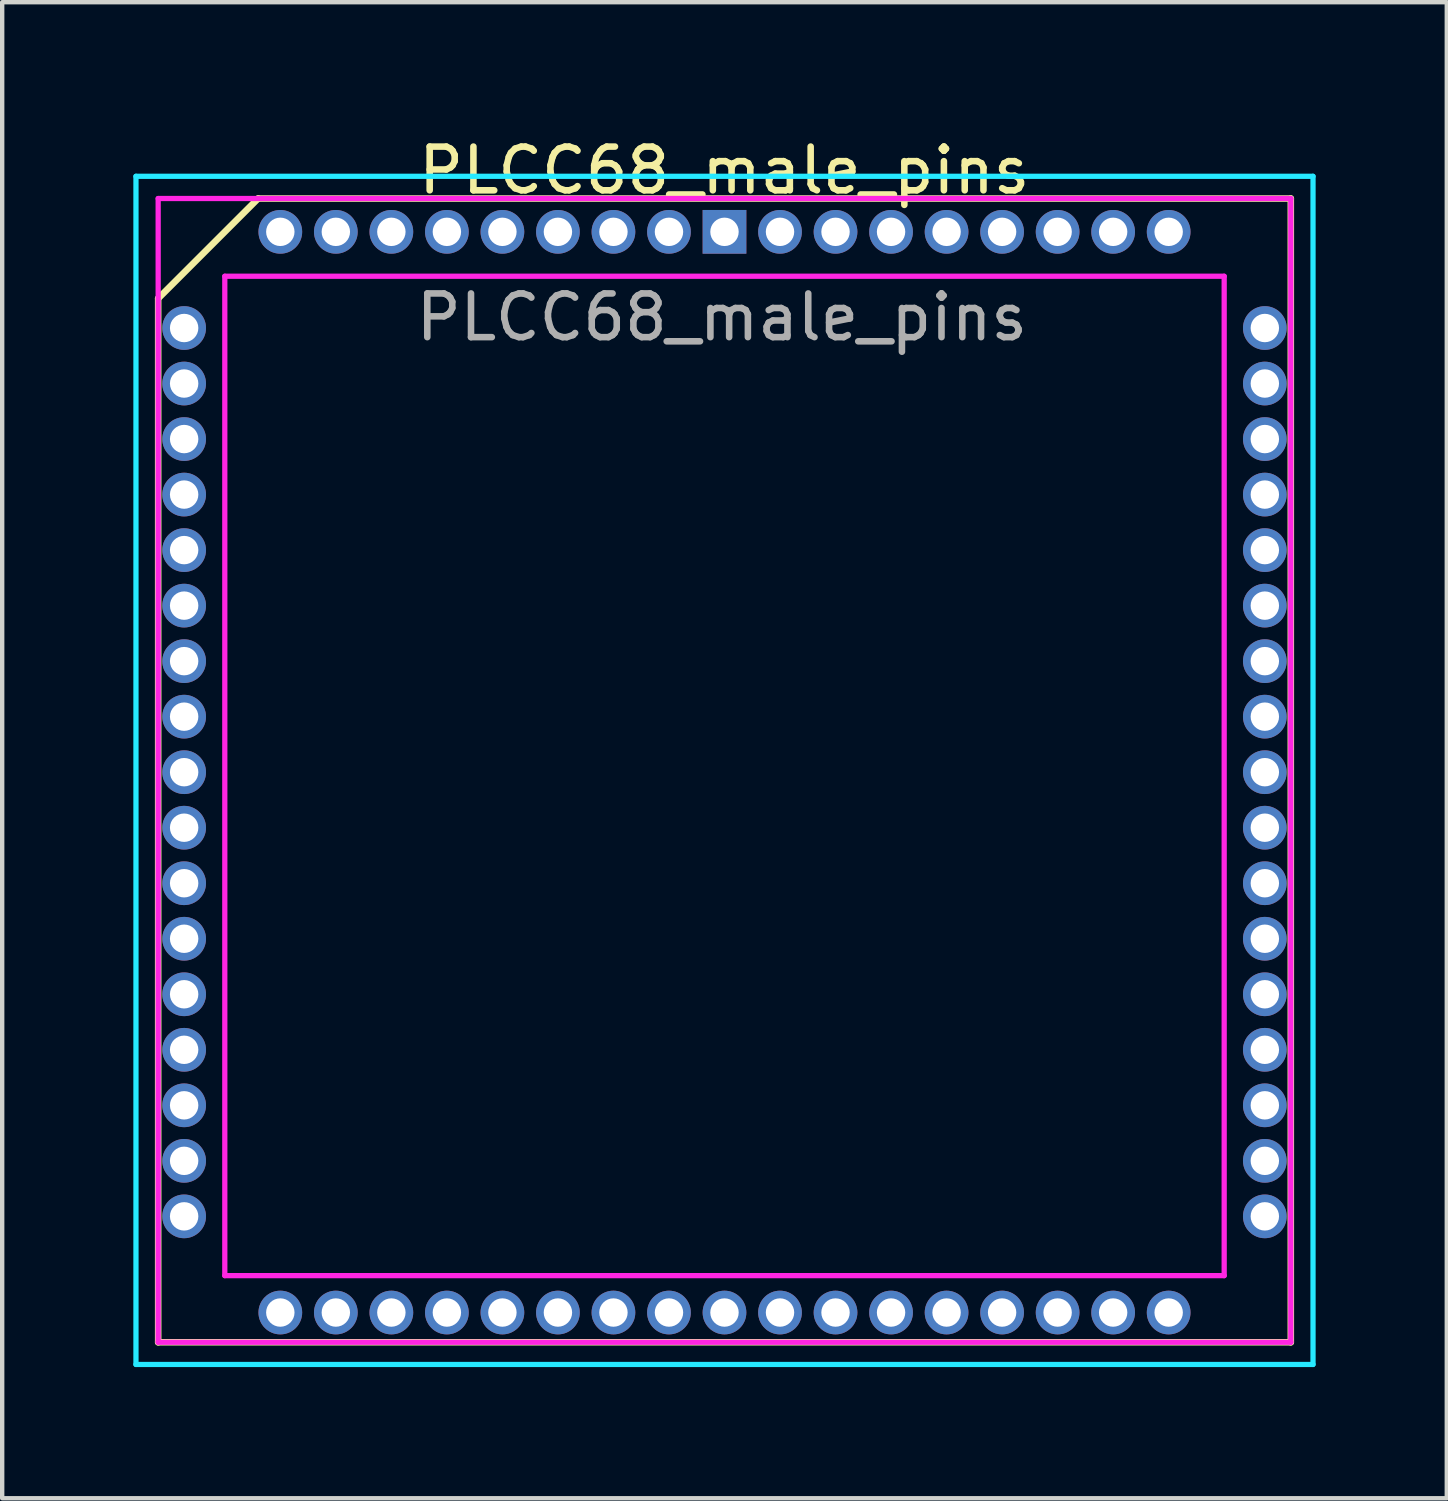
<source format=kicad_pcb>
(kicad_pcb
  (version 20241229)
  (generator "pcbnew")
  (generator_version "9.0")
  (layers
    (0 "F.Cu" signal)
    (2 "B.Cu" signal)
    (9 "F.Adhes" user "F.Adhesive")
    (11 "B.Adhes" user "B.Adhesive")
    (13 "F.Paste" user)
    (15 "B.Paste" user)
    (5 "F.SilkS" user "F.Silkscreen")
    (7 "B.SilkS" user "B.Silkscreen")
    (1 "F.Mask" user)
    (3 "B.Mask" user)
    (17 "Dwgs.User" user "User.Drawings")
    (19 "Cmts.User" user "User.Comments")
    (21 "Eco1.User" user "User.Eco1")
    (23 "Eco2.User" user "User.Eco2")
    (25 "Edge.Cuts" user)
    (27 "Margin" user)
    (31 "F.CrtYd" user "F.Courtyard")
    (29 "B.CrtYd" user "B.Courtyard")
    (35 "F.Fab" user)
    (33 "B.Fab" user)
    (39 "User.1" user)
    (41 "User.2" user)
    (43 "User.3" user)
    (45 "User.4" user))
  (footprint "PLCC68_male_pins"
    (layer "F.Cu")
    (at 13.522 2.253)
    (property "Reference" "PLCC68_male_pins" (at -0.005 -1.405 0) (layer "F.SilkS") (effects (font (size 1 1) (thickness 0.15))))
    (attr through_hole)
    (fp_line (start -12.954 1.524) (end -10.668 -0.762) (stroke (width 0.15) (type solid)) (layer "F.SilkS"))
    (fp_line (start -12.954 25.4) (end -12.954 1.524) (stroke (width 0.15) (type solid)) (layer "F.SilkS"))
    (fp_line (start -10.668 -0.762) (end 12.954 -0.762) (stroke (width 0.15) (type solid)) (layer "F.SilkS"))
    (fp_line (start 12.954 -0.762) (end 12.954 25.4) (stroke (width 0.15) (type solid)) (layer "F.SilkS"))
    (fp_line (start 12.954 25.4) (end -12.954 25.4) (stroke (width 0.15) (type solid)) (layer "F.SilkS"))
    (fp_line (start -13.462 -1.27) (end 13.462 -1.27) (stroke (width 0.12) (type solid)) (layer "B.CrtYd"))
    (fp_line (start -13.462 25.908) (end -13.462 -1.27) (stroke (width 0.12) (type solid)) (layer "B.CrtYd"))
    (fp_line (start 13.462 -1.27) (end 13.462 25.908) (stroke (width 0.12) (type solid)) (layer "B.CrtYd"))
    (fp_line (start 13.462 25.908) (end -13.462 25.908) (stroke (width 0.12) (type solid)) (layer "B.CrtYd"))
    (fp_line (start -12.954 -0.762) (end 12.954 -0.762) (stroke (width 0.12) (type solid)) (layer "F.CrtYd"))
    (fp_line (start -12.954 25.4) (end -12.954 -0.762) (stroke (width 0.12) (type solid)) (layer "F.CrtYd"))
    (fp_line (start -11.43 1.016) (end 11.43 1.016) (stroke (width 0.12) (type solid)) (layer "F.CrtYd"))
    (fp_line (start -11.43 23.876) (end -11.43 1.016) (stroke (width 0.12) (type solid)) (layer "F.CrtYd"))
    (fp_line (start 11.43 1.016) (end 11.43 23.876) (stroke (width 0.12) (type solid)) (layer "F.CrtYd"))
    (fp_line (start 11.43 23.876) (end -11.43 23.876) (stroke (width 0.12) (type solid)) (layer "F.CrtYd"))
    (fp_line (start 12.954 -0.762) (end 12.954 25.4) (stroke (width 0.12) (type solid)) (layer "F.CrtYd"))
    (fp_line (start 12.954 25.4) (end -12.954 25.4) (stroke (width 0.12) (type solid)) (layer "F.CrtYd"))
    (fp_text user "${REFERENCE}" (at -0.06 1.954 180) (layer "F.Fab") (effects (font (size 1 1) (thickness 0.15))))
    (pad "1" thru_hole rect (at 0 0 270) (size 1 1) (drill 0.65) (layers "*.Cu" "*.Mask"))
    (pad "2" thru_hole oval (at -1.27 0 270) (size 1 1) (drill 0.65) (layers "*.Cu" "*.Mask"))
    (pad "3" thru_hole oval (at -2.54 0 270) (size 1 1) (drill 0.65) (layers "*.Cu" "*.Mask"))
    (pad "4" thru_hole oval (at -3.81 0 270) (size 1 1) (drill 0.65) (layers "*.Cu" "*.Mask"))
    (pad "5" thru_hole oval (at -5.08 0 270) (size 1 1) (drill 0.65) (layers "*.Cu" "*.Mask"))
    (pad "6" thru_hole oval (at -6.35 0 270) (size 1 1) (drill 0.65) (layers "*.Cu" "*.Mask"))
    (pad "7" thru_hole oval (at -7.62 0 270) (size 1 1) (drill 0.65) (layers "*.Cu" "*.Mask"))
    (pad "8" thru_hole oval (at -8.89 0 270) (size 1 1) (drill 0.65) (layers "*.Cu" "*.Mask"))
    (pad "9" thru_hole oval (at -10.16 0 270) (size 1 1) (drill 0.65) (layers "*.Cu" "*.Mask"))
    (pad "10" thru_hole oval (at -12.36 2.2 90) (size 1 1) (drill 0.65) (layers "*.Cu" "*.Mask"))
    (pad "11" thru_hole oval (at -12.36 3.47) (size 1 1) (drill 0.65) (layers "*.Cu" "*.Mask"))
    (pad "12" thru_hole oval (at -12.36 4.74) (size 1 1) (drill 0.65) (layers "*.Cu" "*.Mask"))
    (pad "13" thru_hole oval (at -12.36 6.01) (size 1 1) (drill 0.65) (layers "*.Cu" "*.Mask"))
    (pad "14" thru_hole oval (at -12.36 7.28) (size 1 1) (drill 0.65) (layers "*.Cu" "*.Mask"))
    (pad "15" thru_hole oval (at -12.36 8.55) (size 1 1) (drill 0.65) (layers "*.Cu" "*.Mask"))
    (pad "16" thru_hole oval (at -12.36 9.82) (size 1 1) (drill 0.65) (layers "*.Cu" "*.Mask"))
    (pad "17" thru_hole oval (at -12.36 11.09) (size 1 1) (drill 0.65) (layers "*.Cu" "*.Mask"))
    (pad "18" thru_hole oval (at -12.36 12.36) (size 1 1) (drill 0.65) (layers "*.Cu" "*.Mask"))
    (pad "19" thru_hole oval (at -12.36 13.63) (size 1 1) (drill 0.65) (layers "*.Cu" "*.Mask"))
    (pad "20" thru_hole oval (at -12.36 14.9) (size 1 1) (drill 0.65) (layers "*.Cu" "*.Mask"))
    (pad "21" thru_hole oval (at -12.36 16.17) (size 1 1) (drill 0.65) (layers "*.Cu" "*.Mask"))
    (pad "22" thru_hole oval (at -12.36 17.44) (size 1 1) (drill 0.65) (layers "*.Cu" "*.Mask"))
    (pad "23" thru_hole oval (at -12.36 18.71) (size 1 1) (drill 0.65) (layers "*.Cu" "*.Mask"))
    (pad "24" thru_hole oval (at -12.36 19.98) (size 1 1) (drill 0.65) (layers "*.Cu" "*.Mask"))
    (pad "25" thru_hole oval (at -12.36 21.25) (size 1 1) (drill 0.65) (layers "*.Cu" "*.Mask"))
    (pad "26" thru_hole oval (at -12.36 22.52) (size 1 1) (drill 0.65) (layers "*.Cu" "*.Mask"))
    (pad "27" thru_hole oval (at -10.16 24.72 270) (size 1 1) (drill 0.65) (layers "*.Cu" "*.Mask"))
    (pad "28" thru_hole oval (at -8.89 24.72 270) (size 1 1) (drill 0.65) (layers "*.Cu" "*.Mask"))
    (pad "29" thru_hole oval (at -7.62 24.72 270) (size 1 1) (drill 0.65) (layers "*.Cu" "*.Mask"))
    (pad "30" thru_hole oval (at -6.35 24.72 270) (size 1 1) (drill 0.65) (layers "*.Cu" "*.Mask"))
    (pad "31" thru_hole oval (at -5.08 24.72 270) (size 1 1) (drill 0.65) (layers "*.Cu" "*.Mask"))
    (pad "32" thru_hole oval (at -3.81 24.72 270) (size 1 1) (drill 0.65) (layers "*.Cu" "*.Mask"))
    (pad "33" thru_hole oval (at -2.54 24.72 270) (size 1 1) (drill 0.65) (layers "*.Cu" "*.Mask"))
    (pad "34" thru_hole oval (at -1.27 24.72 270) (size 1 1) (drill 0.65) (layers "*.Cu" "*.Mask"))
    (pad "35" thru_hole oval (at 0 24.72 270) (size 1 1) (drill 0.65) (layers "*.Cu" "*.Mask"))
    (pad "36" thru_hole oval (at 1.27 24.72 270) (size 1 1) (drill 0.65) (layers "*.Cu" "*.Mask"))
    (pad "37" thru_hole oval (at 2.54 24.72 270) (size 1 1) (drill 0.65) (layers "*.Cu" "*.Mask"))
    (pad "38" thru_hole oval (at 3.81 24.72 270) (size 1 1) (drill 0.65) (layers "*.Cu" "*.Mask"))
    (pad "39" thru_hole oval (at 5.08 24.72 270) (size 1 1) (drill 0.65) (layers "*.Cu" "*.Mask"))
    (pad "40" thru_hole oval (at 6.35 24.72 270) (size 1 1) (drill 0.65) (layers "*.Cu" "*.Mask"))
    (pad "41" thru_hole oval (at 7.62 24.72 270) (size 1 1) (drill 0.65) (layers "*.Cu" "*.Mask"))
    (pad "42" thru_hole oval (at 8.89 24.72 270) (size 1 1) (drill 0.65) (layers "*.Cu" "*.Mask"))
    (pad "43" thru_hole oval (at 10.16 24.72 270) (size 1 1) (drill 0.65) (layers "*.Cu" "*.Mask"))
    (pad "44" thru_hole oval (at 12.36 22.52) (size 1 1) (drill 0.65) (layers "*.Cu" "*.Mask"))
    (pad "45" thru_hole oval (at 12.36 21.25) (size 1 1) (drill 0.65) (layers "*.Cu" "*.Mask"))
    (pad "46" thru_hole oval (at 12.36 19.98) (size 1 1) (drill 0.65) (layers "*.Cu" "*.Mask"))
    (pad "47" thru_hole oval (at 12.36 18.71) (size 1 1) (drill 0.65) (layers "*.Cu" "*.Mask"))
    (pad "48" thru_hole oval (at 12.36 17.44) (size 1 1) (drill 0.65) (layers "*.Cu" "*.Mask"))
    (pad "49" thru_hole oval (at 12.36 16.17) (size 1 1) (drill 0.65) (layers "*.Cu" "*.Mask"))
    (pad "50" thru_hole oval (at 12.36 14.9) (size 1 1) (drill 0.65) (layers "*.Cu" "*.Mask"))
    (pad "51" thru_hole oval (at 12.36 13.63) (size 1 1) (drill 0.65) (layers "*.Cu" "*.Mask"))
    (pad "52" thru_hole oval (at 12.36 12.36) (size 1 1) (drill 0.65) (layers "*.Cu" "*.Mask"))
    (pad "53" thru_hole oval (at 12.36 11.09) (size 1 1) (drill 0.65) (layers "*.Cu" "*.Mask"))
    (pad "54" thru_hole oval (at 12.36 9.82) (size 1 1) (drill 0.65) (layers "*.Cu" "*.Mask"))
    (pad "55" thru_hole oval (at 12.36 8.55) (size 1 1) (drill 0.65) (layers "*.Cu" "*.Mask"))
    (pad "56" thru_hole oval (at 12.36 7.28) (size 1 1) (drill 0.65) (layers "*.Cu" "*.Mask"))
    (pad "57" thru_hole oval (at 12.36 6.01) (size 1 1) (drill 0.65) (layers "*.Cu" "*.Mask"))
    (pad "58" thru_hole oval (at 12.36 4.74) (size 1 1) (drill 0.65) (layers "*.Cu" "*.Mask"))
    (pad "59" thru_hole oval (at 12.36 3.47) (size 1 1) (drill 0.65) (layers "*.Cu" "*.Mask"))
    (pad "60" thru_hole oval (at 12.36 2.2) (size 1 1) (drill 0.65) (layers "*.Cu" "*.Mask"))
    (pad "61" thru_hole oval (at 10.16 0 270) (size 1 1) (drill 0.65) (layers "*.Cu" "*.Mask"))
    (pad "62" thru_hole oval (at 8.89 0 270) (size 1 1) (drill 0.65) (layers "*.Cu" "*.Mask"))
    (pad "63" thru_hole oval (at 7.62 0 270) (size 1 1) (drill 0.65) (layers "*.Cu" "*.Mask"))
    (pad "64" thru_hole oval (at 6.35 0 270) (size 1 1) (drill 0.65) (layers "*.Cu" "*.Mask"))
    (pad "65" thru_hole oval (at 5.08 0 270) (size 1 1) (drill 0.65) (layers "*.Cu" "*.Mask"))
    (pad "66" thru_hole oval (at 3.81 0 270) (size 1 1) (drill 0.65) (layers "*.Cu" "*.Mask"))
    (pad "67" thru_hole oval (at 2.54 0 270) (size 1 1) (drill 0.65) (layers "*.Cu" "*.Mask"))
    (pad "68" thru_hole oval (at 1.27 0 270) (size 1 1) (drill 0.65) (layers "*.Cu" "*.Mask")))
  (gr_rect
    (start -3 -3)
    (end 30.044 31.221)
    (stroke (width 0.1) (type default))
    (fill no)
    (layer "Edge.Cuts")))
</source>
